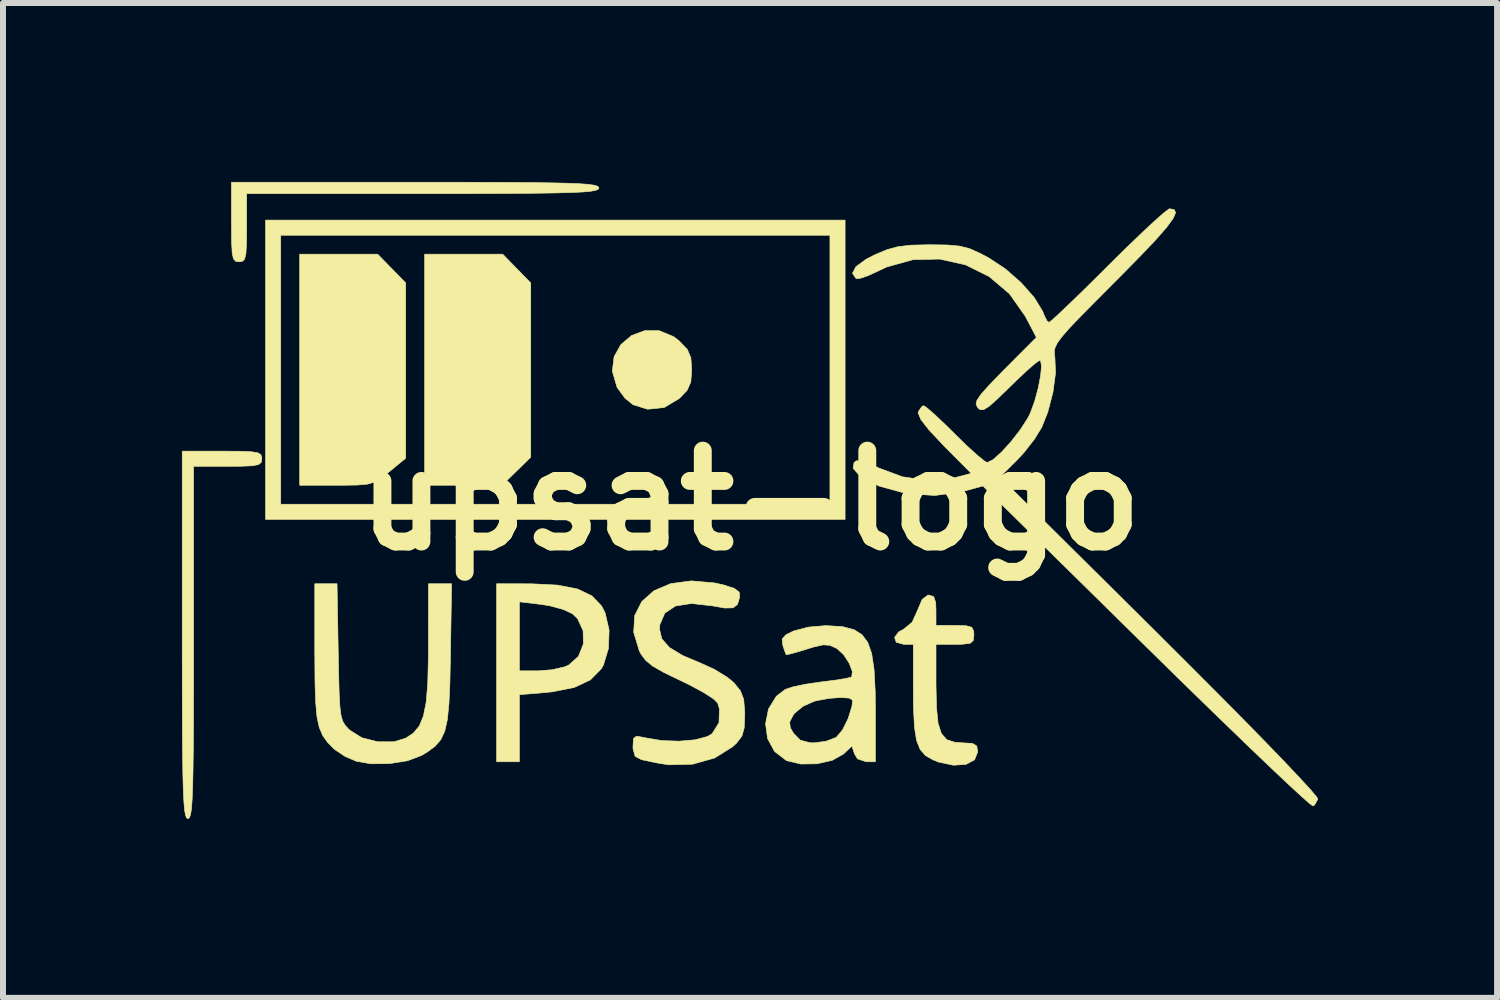
<source format=kicad_pcb>
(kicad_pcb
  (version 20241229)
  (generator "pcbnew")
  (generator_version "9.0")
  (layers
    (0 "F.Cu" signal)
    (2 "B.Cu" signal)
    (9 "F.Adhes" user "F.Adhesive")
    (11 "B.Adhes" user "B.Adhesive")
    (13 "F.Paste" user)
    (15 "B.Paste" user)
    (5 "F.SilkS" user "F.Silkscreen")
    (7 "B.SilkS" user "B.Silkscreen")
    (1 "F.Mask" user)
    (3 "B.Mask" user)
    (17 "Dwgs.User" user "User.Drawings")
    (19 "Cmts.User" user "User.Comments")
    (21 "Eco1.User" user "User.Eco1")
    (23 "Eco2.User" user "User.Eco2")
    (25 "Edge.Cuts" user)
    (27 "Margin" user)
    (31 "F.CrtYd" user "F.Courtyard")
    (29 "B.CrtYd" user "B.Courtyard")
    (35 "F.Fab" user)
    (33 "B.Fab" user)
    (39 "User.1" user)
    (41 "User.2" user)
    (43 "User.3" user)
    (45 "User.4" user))
  (footprint "upsat-logo"
    (layer "F.Cu")
    (at 9.53 5.339)
    (property "Reference" "upsat-logo" (at 0 0 0) (layer "F.SilkS") (effects (font (size 1.524 1.524) (thickness 0.3))))
    (attr through_hole)
    (fp_poly (pts (xy -3.918 -3.887) (xy -3.683 -3.646) (xy -3.683 -0.724) (xy -3.924 -0.489) (xy -4.165 -0.254) (xy -5.461 -0.254) (xy -5.461 -4.128) (xy -4.153 -4.128) (xy -3.918 -3.887)) (stroke (width 0.01) (type solid)) (fill yes) (layer "F.SilkS"))
    (fp_poly (pts (xy 1.587 0.318) (xy -8.128 0.318) (xy -8.128 -4.445) (xy -7.874 -4.445) (xy -7.874 0.064) (xy 1.333 0.064) (xy 1.333 -4.445) (xy -7.874 -4.445) (xy -8.128 -4.445) (xy -8.128 -4.699) (xy 1.587 -4.699) (xy 1.587 0.318)) (stroke (width 0.01) (type solid)) (fill yes) (layer "F.SilkS"))
    (fp_poly (pts (xy -6.014 -3.887) (xy -5.779 -3.646) (xy -5.779 -0.707) (xy -6.055 -0.481) (xy -6.187 -0.376) (xy -6.296 -0.31) (xy -6.418 -0.273) (xy -6.587 -0.258) (xy -6.837 -0.254) (xy -6.944 -0.254) (xy -7.556 -0.254) (xy -7.556 -4.128) (xy -6.249 -4.128) (xy -6.014 -3.887)) (stroke (width 0.01) (type solid)) (fill yes) (layer "F.SilkS"))
    (fp_poly (pts (xy -1.529 -2.845) (xy -1.286 -2.745) (xy -1.192 -2.672) (xy -1.058 -2.532) (xy -0.998 -2.391) (xy -0.984 -2.191) (xy -0.999 -1.987) (xy -1.06 -1.847) (xy -1.192 -1.709) (xy -1.446 -1.557) (xy -1.723 -1.529) (xy -1.968 -1.605) (xy -2.103 -1.715) (xy -2.225 -1.88) (xy -2.239 -1.906) (xy -2.315 -2.169) (xy -2.285 -2.41) (xy -2.171 -2.613) (xy -1.993 -2.764) (xy -1.772 -2.846) (xy -1.529 -2.845)) (stroke (width 0.01) (type solid)) (fill yes) (layer "F.SilkS"))
    (fp_poly (pts (xy -3.667 1.398) (xy -3.229 1.42) (xy -2.898 1.485) (xy -2.658 1.6) (xy -2.495 1.77) (xy -2.436 1.885) (xy -2.369 2.172) (xy -2.38 2.482) (xy -2.464 2.759) (xy -2.501 2.824) (xy -2.682 3.008) (xy -2.952 3.135) (xy -3.325 3.209) (xy -3.434 3.22) (xy -3.873 3.257) (xy -3.873 4.381) (xy -4.255 4.381) (xy -4.255 2.857) (xy -3.873 2.857) (xy -3.553 2.857) (xy -3.322 2.838) (xy -3.112 2.789) (xy -3.046 2.761) (xy -2.882 2.613) (xy -2.8 2.406) (xy -2.805 2.183) (xy -2.897 1.983) (xy -2.985 1.899) (xy -3.137 1.828) (xy -3.357 1.768) (xy -3.508 1.743) (xy -3.873 1.7) (xy -3.873 2.857) (xy -4.255 2.857) (xy -4.255 1.397) (xy -3.667 1.398)) (stroke (width 0.01) (type solid)) (fill yes) (layer "F.SilkS"))
    (fp_poly (pts (xy -8.561 -0.824) (xy -8.368 -0.816) (xy -8.257 -0.798) (xy -8.206 -0.766) (xy -8.192 -0.714) (xy -8.191 -0.699) (xy -8.201 -0.638) (xy -8.246 -0.601) (xy -8.35 -0.581) (xy -8.538 -0.573) (xy -8.763 -0.572) (xy -9.335 -0.572) (xy -9.335 2.381) (xy -9.335 3.077) (xy -9.336 3.657) (xy -9.339 4.13) (xy -9.344 4.507) (xy -9.35 4.798) (xy -9.359 5.015) (xy -9.37 5.166) (xy -9.385 5.263) (xy -9.403 5.315) (xy -9.424 5.333) (xy -9.43 5.334) (xy -9.452 5.322) (xy -9.47 5.278) (xy -9.485 5.193) (xy -9.497 5.057) (xy -9.507 4.859) (xy -9.514 4.589) (xy -9.519 4.237) (xy -9.522 3.793) (xy -9.524 3.247) (xy -9.525 2.589) (xy -9.525 2.254) (xy -9.525 -0.826) (xy -8.858 -0.826) (xy -8.561 -0.824)) (stroke (width 0.01) (type solid)) (fill yes) (layer "F.SilkS"))
    (fp_poly (pts (xy -4.908 -5.334) (xy -4.312 -5.332) (xy -3.824 -5.33) (xy -3.432 -5.325) (xy -3.127 -5.319) (xy -2.898 -5.311) (xy -2.735 -5.3) (xy -2.628 -5.286) (xy -2.567 -5.269) (xy -2.542 -5.249) (xy -2.54 -5.239) (xy -2.552 -5.216) (xy -2.596 -5.198) (xy -2.682 -5.182) (xy -2.82 -5.17) (xy -3.021 -5.161) (xy -3.295 -5.154) (xy -3.652 -5.149) (xy -4.103 -5.146) (xy -4.658 -5.144) (xy -5.327 -5.144) (xy -5.493 -5.144) (xy -8.445 -5.144) (xy -8.445 -4.572) (xy -8.448 -4.3) (xy -8.458 -4.132) (xy -8.481 -4.042) (xy -8.522 -4.006) (xy -8.572 -4) (xy -8.629 -4.009) (xy -8.666 -4.049) (xy -8.687 -4.143) (xy -8.697 -4.314) (xy -8.699 -4.584) (xy -8.7 -4.667) (xy -8.7 -5.334) (xy -5.62 -5.334) (xy -4.908 -5.334)) (stroke (width 0.01) (type solid)) (fill yes) (layer "F.SilkS"))
    (fp_poly (pts (xy 3.072 1.613) (xy 3.106 1.71) (xy 3.111 1.841) (xy 3.111 2.095) (xy 3.429 2.095) (xy 3.617 2.101) (xy 3.711 2.127) (xy 3.743 2.191) (xy 3.747 2.254) (xy 3.736 2.348) (xy 3.684 2.395) (xy 3.556 2.411) (xy 3.429 2.413) (xy 3.111 2.413) (xy 3.111 3.097) (xy 3.119 3.471) (xy 3.146 3.737) (xy 3.202 3.911) (xy 3.293 4.012) (xy 3.43 4.056) (xy 3.56 4.064) (xy 3.722 4.073) (xy 3.794 4.116) (xy 3.81 4.212) (xy 3.81 4.215) (xy 3.757 4.349) (xy 3.613 4.425) (xy 3.405 4.439) (xy 3.157 4.387) (xy 3.063 4.35) (xy 2.936 4.278) (xy 2.846 4.176) (xy 2.785 4.024) (xy 2.75 3.801) (xy 2.734 3.488) (xy 2.731 3.171) (xy 2.731 2.413) (xy 2.572 2.413) (xy 2.445 2.378) (xy 2.417 2.296) (xy 2.486 2.204) (xy 2.568 2.16) (xy 2.711 2.043) (xy 2.801 1.844) (xy 2.879 1.66) (xy 2.973 1.589) (xy 2.995 1.587) (xy 3.072 1.613)) (stroke (width 0.01) (type solid)) (fill yes) (layer "F.SilkS"))
    (fp_poly (pts (xy -6.91 2.539) (xy -6.902 2.945) (xy -6.894 3.244) (xy -6.882 3.456) (xy -6.864 3.6) (xy -6.837 3.697) (xy -6.797 3.766) (xy -6.743 3.827) (xy -6.721 3.849) (xy -6.516 3.978) (xy -6.25 4.046) (xy -5.976 4.046) (xy -5.779 3.986) (xy -5.648 3.899) (xy -5.55 3.781) (xy -5.481 3.613) (xy -5.435 3.38) (xy -5.409 3.062) (xy -5.399 2.642) (xy -5.398 2.429) (xy -5.397 1.397) (xy -5.009 1.397) (xy -5.029 2.599) (xy -5.038 3.06) (xy -5.054 3.413) (xy -5.081 3.676) (xy -5.124 3.869) (xy -5.19 4.01) (xy -5.283 4.118) (xy -5.409 4.212) (xy -5.513 4.275) (xy -5.748 4.364) (xy -6.05 4.412) (xy -6.361 4.415) (xy -6.604 4.374) (xy -6.802 4.288) (xy -6.972 4.173) (xy -6.975 4.17) (xy -7.086 4.059) (xy -7.168 3.945) (xy -7.227 3.808) (xy -7.266 3.628) (xy -7.288 3.386) (xy -7.299 3.06) (xy -7.302 2.63) (xy -7.303 2.543) (xy -7.303 1.397) (xy -6.93 1.397) (xy -6.91 2.539)) (stroke (width 0.01) (type solid)) (fill yes) (layer "F.SilkS"))
    (fp_poly (pts (xy -0.595 1.384) (xy -0.445 1.418) (xy -0.267 1.476) (xy -0.188 1.538) (xy -0.18 1.62) (xy -0.216 1.742) (xy -0.29 1.801) (xy -0.431 1.804) (xy -0.64 1.767) (xy -0.988 1.728) (xy -1.256 1.77) (xy -1.435 1.889) (xy -1.519 2.083) (xy -1.524 2.159) (xy -1.485 2.321) (xy -1.358 2.466) (xy -1.13 2.603) (xy -0.835 2.727) (xy -0.599 2.835) (xy -0.386 2.966) (xy -0.277 3.057) (xy -0.167 3.193) (xy -0.113 3.334) (xy -0.096 3.536) (xy -0.095 3.597) (xy -0.104 3.811) (xy -0.142 3.95) (xy -0.23 4.065) (xy -0.298 4.129) (xy -0.6 4.318) (xy -0.969 4.422) (xy -1.371 4.432) (xy -1.556 4.403) (xy -1.727 4.367) (xy -1.826 4.346) (xy -1.932 4.291) (xy -1.968 4.163) (xy -1.968 4.121) (xy -1.96 3.992) (xy -1.909 3.952) (xy -1.776 3.976) (xy -1.762 3.98) (xy -1.487 4.026) (xy -1.195 4.036) (xy -0.927 4.013) (xy -0.72 3.958) (xy -0.642 3.911) (xy -0.527 3.727) (xy -0.519 3.498) (xy -0.549 3.396) (xy -0.621 3.325) (xy -0.783 3.221) (xy -1.008 3.099) (xy -1.172 3.019) (xy -1.452 2.884) (xy -1.639 2.777) (xy -1.758 2.679) (xy -1.836 2.573) (xy -1.862 2.524) (xy -1.957 2.21) (xy -1.94 1.931) (xy -1.822 1.696) (xy -1.617 1.514) (xy -1.336 1.395) (xy -0.991 1.349) (xy -0.595 1.384)) (stroke (width 0.01) (type solid)) (fill yes) (layer "F.SilkS"))
    (fp_poly (pts (xy 1.541 2.115) (xy 1.74 2.168) (xy 1.871 2.252) (xy 1.967 2.38) (xy 2.033 2.568) (xy 2.073 2.836) (xy 2.092 3.2) (xy 2.095 3.518) (xy 2.095 4.381) (xy 1.941 4.381) (xy 1.795 4.332) (xy 1.745 4.249) (xy 1.702 4.117) (xy 1.56 4.251) (xy 1.372 4.357) (xy 1.117 4.415) (xy 0.845 4.419) (xy 0.609 4.363) (xy 0.602 4.36) (xy 0.404 4.208) (xy 0.288 3.992) (xy 0.254 3.744) (xy 0.26 3.714) (xy 0.657 3.714) (xy 0.669 3.812) (xy 0.724 3.905) (xy 0.837 4.02) (xy 0.999 4.062) (xy 1.067 4.064) (xy 1.266 4.038) (xy 1.432 3.975) (xy 1.444 3.967) (xy 1.545 3.846) (xy 1.639 3.656) (xy 1.702 3.453) (xy 1.714 3.35) (xy 1.659 3.314) (xy 1.515 3.304) (xy 1.321 3.318) (xy 1.113 3.356) (xy 1.063 3.369) (xy 0.878 3.453) (xy 0.736 3.572) (xy 0.722 3.591) (xy 0.657 3.714) (xy 0.26 3.714) (xy 0.303 3.497) (xy 0.434 3.284) (xy 0.586 3.167) (xy 0.714 3.125) (xy 0.925 3.081) (xy 1.175 3.044) (xy 1.194 3.042) (xy 1.426 3.013) (xy 1.604 2.984) (xy 1.694 2.961) (xy 1.698 2.959) (xy 1.709 2.869) (xy 1.657 2.73) (xy 1.563 2.587) (xy 1.452 2.484) (xy 1.444 2.479) (xy 1.333 2.429) (xy 1.219 2.421) (xy 1.057 2.458) (xy 0.945 2.493) (xy 0.76 2.549) (xy 0.633 2.582) (xy 0.599 2.586) (xy 0.574 2.522) (xy 0.543 2.428) (xy 0.532 2.324) (xy 0.595 2.252) (xy 0.724 2.189) (xy 0.97 2.124) (xy 1.261 2.099) (xy 1.541 2.115)) (stroke (width 0.01) (type solid)) (fill yes) (layer "F.SilkS"))
    (fp_poly (pts (xy 7.105 -4.875) (xy 7.128 -4.824) (xy 7.088 -4.73) (xy 6.982 -4.584) (xy 6.802 -4.377) (xy 6.542 -4.103) (xy 6.196 -3.751) (xy 6.128 -3.683) (xy 5.792 -3.346) (xy 5.536 -3.086) (xy 5.349 -2.89) (xy 5.222 -2.745) (xy 5.144 -2.638) (xy 5.105 -2.556) (xy 5.094 -2.487) (xy 5.101 -2.418) (xy 5.104 -2.4) (xy 5.115 -2.138) (xy 5.072 -1.815) (xy 4.985 -1.481) (xy 4.884 -1.226) (xy 4.762 -1.028) (xy 4.59 -0.807) (xy 4.467 -0.674) (xy 4.181 -0.392) (xy 6.856 2.26) (xy 7.368 2.771) (xy 7.842 3.246) (xy 8.271 3.68) (xy 8.647 4.064) (xy 8.964 4.393) (xy 9.215 4.659) (xy 9.394 4.854) (xy 9.493 4.973) (xy 9.512 5.007) (xy 9.459 5.104) (xy 9.43 5.122) (xy 9.374 5.082) (xy 9.237 4.96) (xy 9.025 4.765) (xy 8.747 4.503) (xy 8.411 4.182) (xy 8.024 3.809) (xy 7.596 3.394) (xy 7.133 2.942) (xy 6.644 2.462) (xy 6.632 2.45) (xy 3.897 -0.242) (xy 3.552 -0.148) (xy 3.095 -0.083) (xy 2.616 -0.114) (xy 2.165 -0.238) (xy 2.051 -0.289) (xy 1.828 -0.42) (xy 1.723 -0.536) (xy 1.737 -0.633) (xy 1.776 -0.665) (xy 1.862 -0.659) (xy 2.019 -0.605) (xy 2.152 -0.543) (xy 2.548 -0.396) (xy 2.965 -0.335) (xy 3.357 -0.364) (xy 3.422 -0.379) (xy 3.702 -0.454) (xy 3.239 -0.92) (xy 3.001 -1.173) (xy 2.859 -1.353) (xy 2.812 -1.466) (xy 2.815 -1.487) (xy 2.874 -1.574) (xy 2.905 -1.588) (xy 2.968 -1.545) (xy 3.099 -1.43) (xy 3.276 -1.262) (xy 3.429 -1.111) (xy 3.63 -0.915) (xy 3.802 -0.758) (xy 3.924 -0.659) (xy 3.97 -0.635) (xy 4.069 -0.684) (xy 4.211 -0.811) (xy 4.372 -0.988) (xy 4.526 -1.187) (xy 4.649 -1.378) (xy 4.691 -1.46) (xy 4.765 -1.662) (xy 4.825 -1.884) (xy 4.865 -2.093) (xy 4.88 -2.257) (xy 4.863 -2.344) (xy 4.851 -2.35) (xy 4.786 -2.307) (xy 4.654 -2.194) (xy 4.476 -2.028) (xy 4.346 -1.901) (xy 4.138 -1.699) (xy 3.999 -1.576) (xy 3.909 -1.521) (xy 3.85 -1.521) (xy 3.81 -1.556) (xy 3.783 -1.61) (xy 3.798 -1.679) (xy 3.867 -1.78) (xy 4.002 -1.931) (xy 4.214 -2.15) (xy 4.259 -2.196) (xy 4.794 -2.733) (xy 4.609 -3.086) (xy 4.344 -3.463) (xy 4.002 -3.753) (xy 3.604 -3.95) (xy 3.171 -4.046) (xy 2.724 -4.036) (xy 2.284 -3.913) (xy 2.159 -3.854) (xy 1.973 -3.768) (xy 1.83 -3.72) (xy 1.772 -3.718) (xy 1.711 -3.807) (xy 1.768 -3.917) (xy 1.938 -4.042) (xy 2.08 -4.115) (xy 2.285 -4.202) (xy 2.474 -4.254) (xy 2.693 -4.279) (xy 2.989 -4.286) (xy 3.016 -4.286) (xy 3.301 -4.282) (xy 3.504 -4.264) (xy 3.671 -4.222) (xy 3.846 -4.144) (xy 3.994 -4.066) (xy 4.275 -3.881) (xy 4.539 -3.649) (xy 4.758 -3.401) (xy 4.9 -3.168) (xy 4.921 -3.111) (xy 4.972 -3.009) (xy 5.006 -2.985) (xy 5.062 -3.027) (xy 5.193 -3.148) (xy 5.386 -3.332) (xy 5.628 -3.567) (xy 5.903 -3.839) (xy 6.001 -3.937) (xy 6.287 -4.22) (xy 6.545 -4.469) (xy 6.763 -4.672) (xy 6.924 -4.815) (xy 7.016 -4.885) (xy 7.028 -4.889) (xy 7.105 -4.875)) (stroke (width 0.01) (type solid)) (fill yes) (layer "F.SilkS")))
  (gr_rect
    (start -3 -3)
    (end 22.047 13.678)
    (stroke (width 0.1) (type default))
    (fill no)
    (layer "Edge.Cuts")))
</source>
